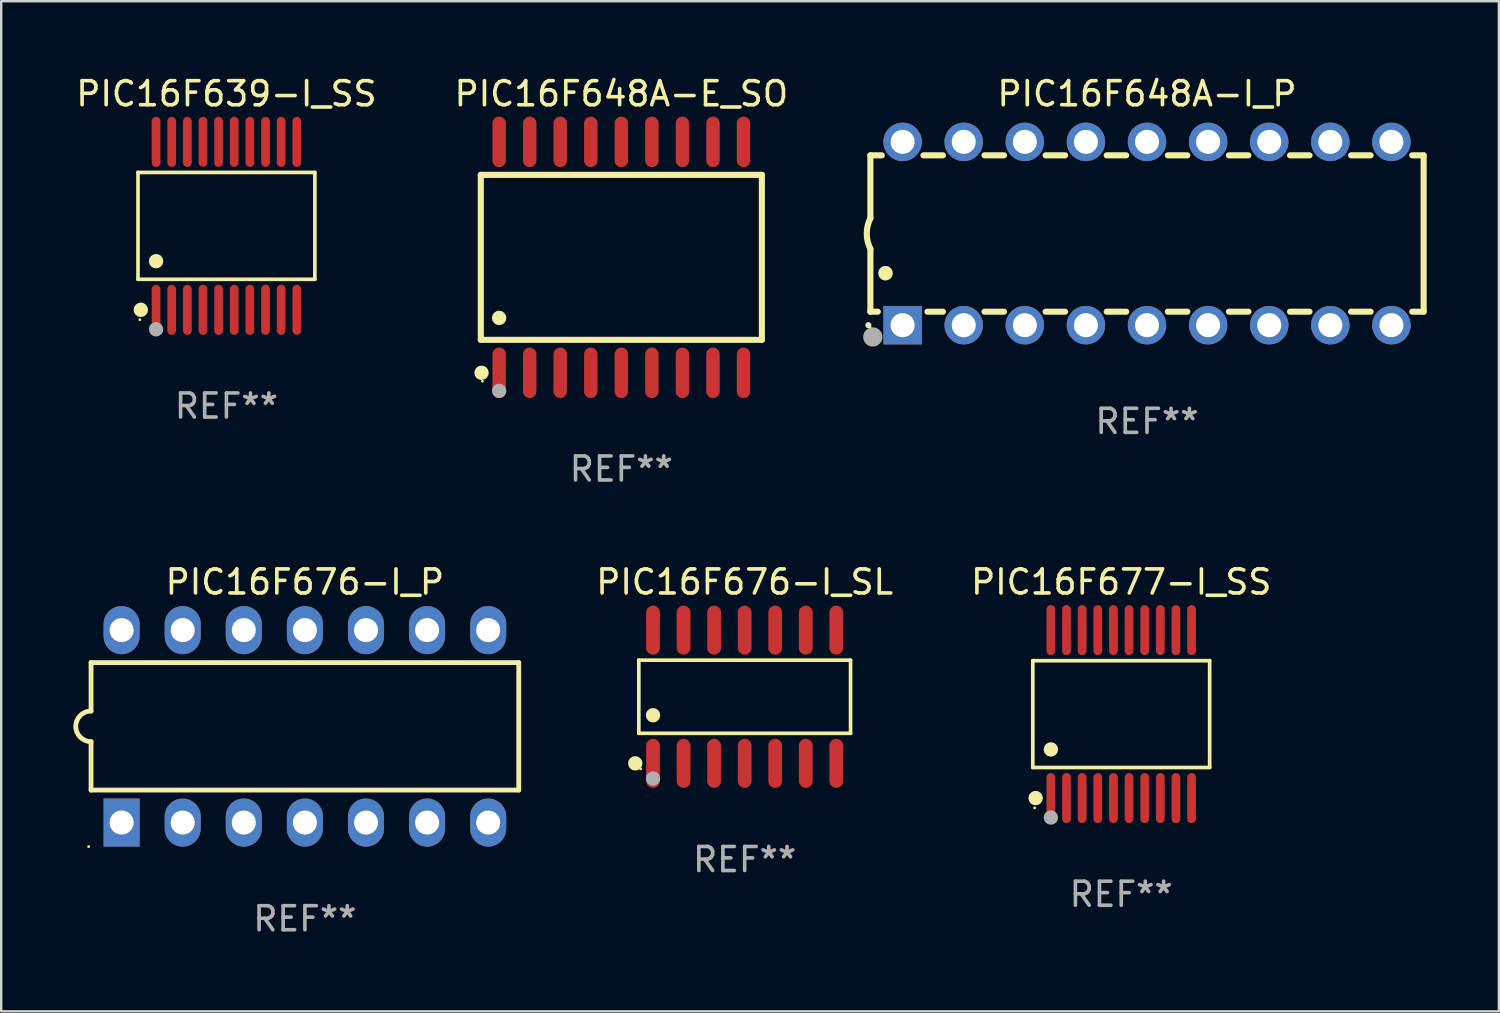
<source format=kicad_pcb>
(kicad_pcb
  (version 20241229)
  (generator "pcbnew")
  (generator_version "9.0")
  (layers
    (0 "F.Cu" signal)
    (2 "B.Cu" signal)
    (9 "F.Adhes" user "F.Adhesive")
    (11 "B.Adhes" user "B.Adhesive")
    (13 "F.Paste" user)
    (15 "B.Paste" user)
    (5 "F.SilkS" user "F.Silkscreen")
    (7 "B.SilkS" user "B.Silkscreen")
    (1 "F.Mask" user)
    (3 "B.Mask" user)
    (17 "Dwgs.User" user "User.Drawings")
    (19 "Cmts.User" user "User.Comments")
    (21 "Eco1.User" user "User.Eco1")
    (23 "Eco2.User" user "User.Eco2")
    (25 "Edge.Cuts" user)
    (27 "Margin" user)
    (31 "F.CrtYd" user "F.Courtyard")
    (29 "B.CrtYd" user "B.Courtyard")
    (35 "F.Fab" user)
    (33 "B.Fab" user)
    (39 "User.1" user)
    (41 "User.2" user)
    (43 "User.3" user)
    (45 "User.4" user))
  (footprint "PIC16F648A-E_SO"
    (layer "F.Cu")
    (at 22.78 7.648)
    (property "Reference" "PIC16F648A-E_SO" (at 0 -6.8 0) (layer "F.SilkS") (effects (font (size 1 1) (thickness 0.15))))
    (attr through_hole)
    (fp_line (start -5.842 -3.429) (end -5.842 3.429) (stroke (width 0.254) (type solid)) (layer "F.SilkS"))
    (fp_line (start -5.842 3.429) (end 5.842 3.429) (stroke (width 0.254) (type solid)) (layer "F.SilkS"))
    (fp_line (start 5.842 -3.429) (end -5.842 -3.429) (stroke (width 0.254) (type solid)) (layer "F.SilkS"))
    (fp_line (start 5.842 3.429) (end 5.842 -3.429) (stroke (width 0.254) (type solid)) (layer "F.SilkS"))
    (fp_circle (center -5.812 4.8) (end -5.662 4.8) (stroke (width 0.3) (type solid)) (fill no) (layer "F.SilkS"))
    (fp_circle (center -5.775 5.15) (end -5.745 5.15) (stroke (width 0.06) (type solid)) (fill no) (layer "F.SilkS"))
    (fp_circle (center -5.08 2.519) (end -4.93 2.519) (stroke (width 0.3) (type solid)) (fill no) (layer "F.SilkS"))
    (fp_circle (center -5.08 5.55) (end -4.93 5.55) (stroke (width 0.3) (type solid)) (fill no) (layer "F.Fab"))
    (fp_text user "REF**" (at 0 8.8 0) (layer "F.Fab") (effects (font (size 1 1) (thickness 0.15))))
    (pad "1" smd oval (at -5.08 4.8) (size 0.56 2.1) (layers "F.Cu" "F.Mask" "F.Paste"))
    (pad "2" smd oval (at -3.81 4.8) (size 0.56 2.1) (layers "F.Cu" "F.Mask" "F.Paste"))
    (pad "3" smd oval (at -2.54 4.8) (size 0.56 2.1) (layers "F.Cu" "F.Mask" "F.Paste"))
    (pad "4" smd oval (at -1.27 4.8) (size 0.56 2.1) (layers "F.Cu" "F.Mask" "F.Paste"))
    (pad "5" smd oval (at 0 4.8) (size 0.56 2.1) (layers "F.Cu" "F.Mask" "F.Paste"))
    (pad "6" smd oval (at 1.27 4.8) (size 0.56 2.1) (layers "F.Cu" "F.Mask" "F.Paste"))
    (pad "7" smd oval (at 2.54 4.8) (size 0.56 2.1) (layers "F.Cu" "F.Mask" "F.Paste"))
    (pad "8" smd oval (at 3.81 4.8) (size 0.56 2.1) (layers "F.Cu" "F.Mask" "F.Paste"))
    (pad "9" smd oval (at 5.08 4.8) (size 0.56 2.1) (layers "F.Cu" "F.Mask" "F.Paste"))
    (pad "10" smd oval (at 5.08 -4.8) (size 0.56 2.1) (layers "F.Cu" "F.Mask" "F.Paste"))
    (pad "11" smd oval (at 3.81 -4.8) (size 0.56 2.1) (layers "F.Cu" "F.Mask" "F.Paste"))
    (pad "12" smd oval (at 2.54 -4.8) (size 0.56 2.1) (layers "F.Cu" "F.Mask" "F.Paste"))
    (pad "13" smd oval (at 1.27 -4.8) (size 0.56 2.1) (layers "F.Cu" "F.Mask" "F.Paste"))
    (pad "14" smd oval (at 0 -4.8) (size 0.56 2.1) (layers "F.Cu" "F.Mask" "F.Paste"))
    (pad "15" smd oval (at -1.27 -4.8) (size 0.56 2.1) (layers "F.Cu" "F.Mask" "F.Paste"))
    (pad "16" smd oval (at -2.54 -4.8) (size 0.56 2.1) (layers "F.Cu" "F.Mask" "F.Paste"))
    (pad "17" smd oval (at -3.81 -4.8) (size 0.56 2.1) (layers "F.Cu" "F.Mask" "F.Paste"))
    (pad "18" smd oval (at -5.08 -4.8) (size 0.56 2.1) (layers "F.Cu" "F.Mask" "F.Paste")))
  (footprint "PIC16F676-I_SL"
    (layer "F.Cu")
    (at 27.907 25.914)
    (property "Reference" "PIC16F676-I_SL" (at 0 -4.769 0) (layer "F.SilkS") (effects (font (size 1 1) (thickness 0.15))))
    (attr through_hole)
    (fp_line (start -4.401 -1.521) (end 4.401 -1.521) (stroke (width 0.152) (type solid)) (layer "F.SilkS"))
    (fp_line (start -4.401 1.521) (end -4.401 -1.521) (stroke (width 0.152) (type solid)) (layer "F.SilkS"))
    (fp_line (start 4.401 -1.521) (end 4.401 1.521) (stroke (width 0.152) (type solid)) (layer "F.SilkS"))
    (fp_line (start 4.401 1.521) (end -4.401 1.521) (stroke (width 0.152) (type solid)) (layer "F.SilkS"))
    (fp_circle (center -4.549 2.769) (end -4.399 2.769) (stroke (width 0.3) (type solid)) (fill no) (layer "F.SilkS"))
    (fp_circle (center -4.325 3) (end -4.295 3) (stroke (width 0.06) (type solid)) (fill no) (layer "F.SilkS"))
    (fp_circle (center -3.81 0.769) (end -3.66 0.769) (stroke (width 0.3) (type solid)) (fill no) (layer "F.SilkS"))
    (fp_circle (center -3.81 3.4) (end -3.66 3.4) (stroke (width 0.3) (type solid)) (fill no) (layer "F.Fab"))
    (fp_text user "REF**" (at 0 6.769 0) (layer "F.Fab") (effects (font (size 1 1) (thickness 0.15))))
    (pad "1" smd oval (at -3.81 2.769) (size 0.574 2.038) (layers "F.Cu" "F.Mask" "F.Paste"))
    (pad "2" smd oval (at -2.54 2.769) (size 0.574 2.038) (layers "F.Cu" "F.Mask" "F.Paste"))
    (pad "3" smd oval (at -1.27 2.769) (size 0.574 2.038) (layers "F.Cu" "F.Mask" "F.Paste"))
    (pad "4" smd oval (at 0 2.769) (size 0.574 2.038) (layers "F.Cu" "F.Mask" "F.Paste"))
    (pad "5" smd oval (at 1.27 2.769) (size 0.574 2.038) (layers "F.Cu" "F.Mask" "F.Paste"))
    (pad "6" smd oval (at 2.54 2.769) (size 0.574 2.038) (layers "F.Cu" "F.Mask" "F.Paste"))
    (pad "7" smd oval (at 3.81 2.769) (size 0.574 2.038) (layers "F.Cu" "F.Mask" "F.Paste"))
    (pad "8" smd oval (at 3.81 -2.769) (size 0.574 2.038) (layers "F.Cu" "F.Mask" "F.Paste"))
    (pad "9" smd oval (at 2.54 -2.769) (size 0.574 2.038) (layers "F.Cu" "F.Mask" "F.Paste"))
    (pad "10" smd oval (at 1.27 -2.769) (size 0.574 2.038) (layers "F.Cu" "F.Mask" "F.Paste"))
    (pad "11" smd oval (at 0 -2.769) (size 0.574 2.038) (layers "F.Cu" "F.Mask" "F.Paste"))
    (pad "12" smd oval (at -1.27 -2.769) (size 0.574 2.038) (layers "F.Cu" "F.Mask" "F.Paste"))
    (pad "13" smd oval (at -2.54 -2.769) (size 0.574 2.038) (layers "F.Cu" "F.Mask" "F.Paste"))
    (pad "14" smd oval (at -3.81 -2.769) (size 0.574 2.038) (layers "F.Cu" "F.Mask" "F.Paste")))
  (footprint "PIC16F676-I_P"
    (layer "F.Cu")
    (at 9.625 27.145)
    (property "Reference" "PIC16F676-I_P" (at 0 -6 0) (layer "F.SilkS") (effects (font (size 1 1) (thickness 0.15))))
    (attr through_hole)
    (fp_line (start -8.89 -2.65) (end -8.89 -0.635) (stroke (width 0.2) (type solid)) (layer "F.SilkS"))
    (fp_line (start -8.89 0.635) (end -8.89 2.65) (stroke (width 0.2) (type solid)) (layer "F.SilkS"))
    (fp_line (start -8.89 2.65) (end 8.89 2.65) (stroke (width 0.2) (type solid)) (layer "F.SilkS"))
    (fp_line (start 8.89 -2.65) (end -8.89 -2.65) (stroke (width 0.2) (type solid)) (layer "F.SilkS"))
    (fp_line (start 8.89 2.65) (end 8.89 -2.65) (stroke (width 0.2) (type solid)) (layer "F.SilkS"))
    (fp_arc (start -8.890018 0.635001) (mid -9.525019 0) (end -8.890018 -0.635001) (stroke (width 0.2) (type solid)) (layer "F.SilkS"))
    (fp_circle (center -8.99 5) (end -8.96 5) (stroke (width 0.06) (type solid)) (fill no) (layer "F.SilkS"))
    (fp_text user "REF**" (at 0 8 0) (layer "F.Fab") (effects (font (size 1 1) (thickness 0.15))))
    (pad "1" thru_hole rect (at -7.62 4 90) (size 2 1.5) (drill 1) (layers "*.Cu" "*.Mask"))
    (pad "2" thru_hole oval (at -5.08 4 90) (size 2 1.5) (drill 1) (layers "*.Cu" "*.Mask"))
    (pad "3" thru_hole oval (at -2.54 4 90) (size 2 1.5) (drill 1) (layers "*.Cu" "*.Mask"))
    (pad "4" thru_hole oval (at 0 4 90) (size 2 1.5) (drill 1) (layers "*.Cu" "*.Mask"))
    (pad "5" thru_hole oval (at 2.54 4 90) (size 2 1.5) (drill 1) (layers "*.Cu" "*.Mask"))
    (pad "6" thru_hole oval (at 5.08 4 90) (size 2 1.5) (drill 1) (layers "*.Cu" "*.Mask"))
    (pad "7" thru_hole oval (at 7.62 4 90) (size 2 1.5) (drill 1) (layers "*.Cu" "*.Mask"))
    (pad "8" thru_hole oval (at 7.62 -4 90) (size 2 1.5) (drill 1) (layers "*.Cu" "*.Mask"))
    (pad "9" thru_hole oval (at 5.08 -4 90) (size 2 1.5) (drill 1) (layers "*.Cu" "*.Mask"))
    (pad "10" thru_hole oval (at 2.54 -4 90) (size 2 1.5) (drill 1) (layers "*.Cu" "*.Mask"))
    (pad "11" thru_hole oval (at 0 -4 90) (size 2 1.5) (drill 1) (layers "*.Cu" "*.Mask"))
    (pad "12" thru_hole oval (at -2.54 -4 90) (size 2 1.5) (drill 1) (layers "*.Cu" "*.Mask"))
    (pad "13" thru_hole oval (at -5.08 -4 90) (size 2 1.5) (drill 1) (layers "*.Cu" "*.Mask"))
    (pad "14" thru_hole oval (at -7.62 -4 90) (size 2 1.5) (drill 1) (layers "*.Cu" "*.Mask")))
  (footprint "PIC16F639-I_SS"
    (layer "F.Cu")
    (at 6.363 6.339)
    (property "Reference" "PIC16F639-I_SS" (at 0 -5.491 0) (layer "F.SilkS") (effects (font (size 1 1) (thickness 0.15))))
    (attr through_hole)
    (fp_line (start -3.676 -2.221) (end 3.676 -2.221) (stroke (width 0.152) (type solid)) (layer "F.SilkS"))
    (fp_line (start -3.676 2.221) (end -3.676 -2.221) (stroke (width 0.152) (type solid)) (layer "F.SilkS"))
    (fp_line (start 3.676 -2.221) (end 3.676 2.221) (stroke (width 0.152) (type solid)) (layer "F.SilkS"))
    (fp_line (start 3.676 2.221) (end -3.676 2.221) (stroke (width 0.152) (type solid)) (layer "F.SilkS"))
    (fp_circle (center -3.6 3.9) (end -3.57 3.9) (stroke (width 0.06) (type solid)) (fill no) (layer "F.SilkS"))
    (fp_circle (center -3.559 3.491) (end -3.409 3.491) (stroke (width 0.3) (type solid)) (fill no) (layer "F.SilkS"))
    (fp_circle (center -2.925 1.469) (end -2.775 1.469) (stroke (width 0.3) (type solid)) (fill no) (layer "F.SilkS"))
    (fp_circle (center -2.925 4.3) (end -2.775 4.3) (stroke (width 0.3) (type solid)) (fill no) (layer "F.Fab"))
    (fp_text user "REF**" (at 0 7.491 0) (layer "F.Fab") (effects (font (size 1 1) (thickness 0.15))))
    (pad "1" smd oval (at -2.925 3.491) (size 0.364 2.082) (layers "F.Cu" "F.Mask" "F.Paste"))
    (pad "2" smd oval (at -2.275 3.491) (size 0.364 2.082) (layers "F.Cu" "F.Mask" "F.Paste"))
    (pad "3" smd oval (at -1.625 3.491) (size 0.364 2.082) (layers "F.Cu" "F.Mask" "F.Paste"))
    (pad "4" smd oval (at -0.975 3.491) (size 0.364 2.082) (layers "F.Cu" "F.Mask" "F.Paste"))
    (pad "5" smd oval (at -0.325 3.491) (size 0.364 2.082) (layers "F.Cu" "F.Mask" "F.Paste"))
    (pad "6" smd oval (at 0.325 3.491) (size 0.364 2.082) (layers "F.Cu" "F.Mask" "F.Paste"))
    (pad "7" smd oval (at 0.975 3.491) (size 0.364 2.082) (layers "F.Cu" "F.Mask" "F.Paste"))
    (pad "8" smd oval (at 1.625 3.491) (size 0.364 2.082) (layers "F.Cu" "F.Mask" "F.Paste"))
    (pad "9" smd oval (at 2.275 3.491) (size 0.364 2.082) (layers "F.Cu" "F.Mask" "F.Paste"))
    (pad "10" smd oval (at 2.925 3.491) (size 0.364 2.082) (layers "F.Cu" "F.Mask" "F.Paste"))
    (pad "11" smd oval (at 2.925 -3.491) (size 0.364 2.082) (layers "F.Cu" "F.Mask" "F.Paste"))
    (pad "12" smd oval (at 2.275 -3.491) (size 0.364 2.082) (layers "F.Cu" "F.Mask" "F.Paste"))
    (pad "13" smd oval (at 1.625 -3.491) (size 0.364 2.082) (layers "F.Cu" "F.Mask" "F.Paste"))
    (pad "14" smd oval (at 0.975 -3.491) (size 0.364 2.082) (layers "F.Cu" "F.Mask" "F.Paste"))
    (pad "15" smd oval (at 0.325 -3.491) (size 0.364 2.082) (layers "F.Cu" "F.Mask" "F.Paste"))
    (pad "16" smd oval (at -0.325 -3.491) (size 0.364 2.082) (layers "F.Cu" "F.Mask" "F.Paste"))
    (pad "17" smd oval (at -0.975 -3.491) (size 0.364 2.082) (layers "F.Cu" "F.Mask" "F.Paste"))
    (pad "18" smd oval (at -1.625 -3.491) (size 0.364 2.082) (layers "F.Cu" "F.Mask" "F.Paste"))
    (pad "19" smd oval (at -2.275 -3.491) (size 0.364 2.082) (layers "F.Cu" "F.Mask" "F.Paste"))
    (pad "20" smd oval (at -2.925 -3.491) (size 0.364 2.082) (layers "F.Cu" "F.Mask" "F.Paste")))
  (footprint "PIC16F648A-I_P"
    (layer "F.Cu")
    (at 44.633 6.658)
    (property "Reference" "PIC16F648A-I_P" (at 0 -5.81 0) (layer "F.SilkS") (effects (font (size 1 1) (thickness 0.15))))
    (attr through_hole)
    (fp_line (start -11.5 -3.25) (end -11.5 -0.635) (stroke (width 0.254) (type solid)) (layer "F.SilkS"))
    (fp_line (start -11.5 3.25) (end -11.5 0.635) (stroke (width 0.254) (type solid)) (layer "F.SilkS"))
    (fp_line (start -11.5 3.25) (end -11.191 3.25) (stroke (width 0.254) (type solid)) (layer "F.SilkS"))
    (fp_line (start -11.025 -3.25) (end -11.5 -3.25) (stroke (width 0.254) (type solid)) (layer "F.SilkS"))
    (fp_line (start -9.129 3.25) (end -8.485 3.25) (stroke (width 0.254) (type solid)) (layer "F.SilkS"))
    (fp_line (start -8.485 -3.25) (end -9.295 -3.25) (stroke (width 0.254) (type solid)) (layer "F.SilkS"))
    (fp_line (start -6.755 3.25) (end -5.945 3.25) (stroke (width 0.254) (type solid)) (layer "F.SilkS"))
    (fp_line (start -5.945 -3.25) (end -6.755 -3.25) (stroke (width 0.254) (type solid)) (layer "F.SilkS"))
    (fp_line (start -4.215 3.25) (end -3.405 3.25) (stroke (width 0.254) (type solid)) (layer "F.SilkS"))
    (fp_line (start -3.405 -3.25) (end -4.215 -3.25) (stroke (width 0.254) (type solid)) (layer "F.SilkS"))
    (fp_line (start -1.675 3.25) (end -0.865 3.25) (stroke (width 0.254) (type solid)) (layer "F.SilkS"))
    (fp_line (start -0.865 -3.25) (end -1.675 -3.25) (stroke (width 0.254) (type solid)) (layer "F.SilkS"))
    (fp_line (start 0.865 3.25) (end 1.675 3.25) (stroke (width 0.254) (type solid)) (layer "F.SilkS"))
    (fp_line (start 1.675 -3.25) (end 0.865 -3.25) (stroke (width 0.254) (type solid)) (layer "F.SilkS"))
    (fp_line (start 3.405 3.25) (end 4.215 3.25) (stroke (width 0.254) (type solid)) (layer "F.SilkS"))
    (fp_line (start 4.215 -3.25) (end 3.405 -3.25) (stroke (width 0.254) (type solid)) (layer "F.SilkS"))
    (fp_line (start 5.945 3.25) (end 6.755 3.25) (stroke (width 0.254) (type solid)) (layer "F.SilkS"))
    (fp_line (start 6.755 -3.25) (end 5.945 -3.25) (stroke (width 0.254) (type solid)) (layer "F.SilkS"))
    (fp_line (start 8.485 3.25) (end 9.295 3.25) (stroke (width 0.254) (type solid)) (layer "F.SilkS"))
    (fp_line (start 9.295 -3.25) (end 8.485 -3.25) (stroke (width 0.254) (type solid)) (layer "F.SilkS"))
    (fp_line (start 11.025 3.25) (end 11.5 3.25) (stroke (width 0.254) (type solid)) (layer "F.SilkS"))
    (fp_line (start 11.5 -3.25) (end 11.025 -3.25) (stroke (width 0.254) (type solid)) (layer "F.SilkS"))
    (fp_line (start 11.5 -3.25) (end 11.5 3.25) (stroke (width 0.254) (type solid)) (layer "F.SilkS"))
    (fp_arc (start -11.584963 3.810008) (mid -11.58497 3.808738) (end -11.584963 3.807468) (stroke (width 0.25) (type solid)) (layer "F.SilkS"))
    (fp_arc (start -11.501143 0.635001) (mid -11.650665 -0.000132) (end -11.500025 -0.635001) (stroke (width 0.254001) (type solid)) (layer "F.SilkS"))
    (fp_arc (start -10.871222 1.651003) (mid -10.871233 1.648463) (end -10.871222 1.645923) (stroke (width 0.6) (type solid)) (layer "F.SilkS"))
    (fp_circle (center -11.5 3.91) (end -11.47 3.91) (stroke (width 0.06) (type solid)) (fill no) (layer "F.SilkS"))
    (fp_circle (center -11.4 4.3) (end -11.2 4.3) (stroke (width 0.4) (type solid)) (fill no) (layer "F.Fab"))
    (fp_text user "REF**" (at 0 7.81 0) (layer "F.Fab") (effects (font (size 1 1) (thickness 0.15))))
    (pad "1" thru_hole rect (at -10.16 3.81 90) (size 1.6 1.6) (drill 1) (layers "*.Cu" "*.Mask"))
    (pad "2" thru_hole circle (at -7.62 3.81 90) (size 1.6 1.6) (drill 1) (layers "*.Cu" "*.Mask"))
    (pad "3" thru_hole circle (at -5.08 3.81 90) (size 1.6 1.6) (drill 1) (layers "*.Cu" "*.Mask"))
    (pad "4" thru_hole circle (at -2.54 3.81 90) (size 1.6 1.6) (drill 1) (layers "*.Cu" "*.Mask"))
    (pad "5" thru_hole circle (at 0 3.81 90) (size 1.6 1.6) (drill 1) (layers "*.Cu" "*.Mask"))
    (pad "6" thru_hole circle (at 2.54 3.81 90) (size 1.6 1.6) (drill 1) (layers "*.Cu" "*.Mask"))
    (pad "7" thru_hole circle (at 5.08 3.81 90) (size 1.6 1.6) (drill 1) (layers "*.Cu" "*.Mask"))
    (pad "8" thru_hole circle (at 7.62 3.81 90) (size 1.6 1.6) (drill 1) (layers "*.Cu" "*.Mask"))
    (pad "9" thru_hole circle (at 10.16 3.81 90) (size 1.6 1.6) (drill 1) (layers "*.Cu" "*.Mask"))
    (pad "10" thru_hole circle (at 10.16 -3.81 90) (size 1.6 1.6) (drill 1) (layers "*.Cu" "*.Mask"))
    (pad "11" thru_hole circle (at 7.62 -3.81 90) (size 1.6 1.6) (drill 1) (layers "*.Cu" "*.Mask"))
    (pad "12" thru_hole circle (at 5.08 -3.81 90) (size 1.6 1.6) (drill 1) (layers "*.Cu" "*.Mask"))
    (pad "13" thru_hole circle (at 2.54 -3.81 90) (size 1.6 1.6) (drill 1) (layers "*.Cu" "*.Mask"))
    (pad "14" thru_hole circle (at 0 -3.81 90) (size 1.6 1.6) (drill 1) (layers "*.Cu" "*.Mask"))
    (pad "15" thru_hole circle (at -2.54 -3.81 90) (size 1.6 1.6) (drill 1) (layers "*.Cu" "*.Mask"))
    (pad "16" thru_hole circle (at -5.08 -3.81 90) (size 1.6 1.6) (drill 1) (layers "*.Cu" "*.Mask"))
    (pad "17" thru_hole circle (at -7.62 -3.81 90) (size 1.6 1.6) (drill 1) (layers "*.Cu" "*.Mask"))
    (pad "18" thru_hole circle (at -10.16 -3.81 90) (size 1.6 1.6) (drill 1) (layers "*.Cu" "*.Mask")))
  (footprint "PIC16F677-I_SS"
    (layer "F.Cu")
    (at 43.561 26.636)
    (property "Reference" "PIC16F677-I_SS" (at 0 -5.491 0) (layer "F.SilkS") (effects (font (size 1 1) (thickness 0.15))))
    (attr through_hole)
    (fp_line (start -3.676 -2.221) (end 3.676 -2.221) (stroke (width 0.152) (type solid)) (layer "F.SilkS"))
    (fp_line (start -3.676 2.221) (end -3.676 -2.221) (stroke (width 0.152) (type solid)) (layer "F.SilkS"))
    (fp_line (start 3.676 -2.221) (end 3.676 2.221) (stroke (width 0.152) (type solid)) (layer "F.SilkS"))
    (fp_line (start 3.676 2.221) (end -3.676 2.221) (stroke (width 0.152) (type solid)) (layer "F.SilkS"))
    (fp_circle (center -3.6 3.9) (end -3.57 3.9) (stroke (width 0.06) (type solid)) (fill no) (layer "F.SilkS"))
    (fp_circle (center -3.559 3.491) (end -3.409 3.491) (stroke (width 0.3) (type solid)) (fill no) (layer "F.SilkS"))
    (fp_circle (center -2.925 1.469) (end -2.775 1.469) (stroke (width 0.3) (type solid)) (fill no) (layer "F.SilkS"))
    (fp_circle (center -2.925 4.3) (end -2.775 4.3) (stroke (width 0.3) (type solid)) (fill no) (layer "F.Fab"))
    (fp_text user "REF**" (at 0 7.491 0) (layer "F.Fab") (effects (font (size 1 1) (thickness 0.15))))
    (pad "1" smd oval (at -2.925 3.491) (size 0.364 2.082) (layers "F.Cu" "F.Mask" "F.Paste"))
    (pad "2" smd oval (at -2.275 3.491) (size 0.364 2.082) (layers "F.Cu" "F.Mask" "F.Paste"))
    (pad "3" smd oval (at -1.625 3.491) (size 0.364 2.082) (layers "F.Cu" "F.Mask" "F.Paste"))
    (pad "4" smd oval (at -0.975 3.491) (size 0.364 2.082) (layers "F.Cu" "F.Mask" "F.Paste"))
    (pad "5" smd oval (at -0.325 3.491) (size 0.364 2.082) (layers "F.Cu" "F.Mask" "F.Paste"))
    (pad "6" smd oval (at 0.325 3.491) (size 0.364 2.082) (layers "F.Cu" "F.Mask" "F.Paste"))
    (pad "7" smd oval (at 0.975 3.491) (size 0.364 2.082) (layers "F.Cu" "F.Mask" "F.Paste"))
    (pad "8" smd oval (at 1.625 3.491) (size 0.364 2.082) (layers "F.Cu" "F.Mask" "F.Paste"))
    (pad "9" smd oval (at 2.275 3.491) (size 0.364 2.082) (layers "F.Cu" "F.Mask" "F.Paste"))
    (pad "10" smd oval (at 2.925 3.491) (size 0.364 2.082) (layers "F.Cu" "F.Mask" "F.Paste"))
    (pad "11" smd oval (at 2.925 -3.491) (size 0.364 2.082) (layers "F.Cu" "F.Mask" "F.Paste"))
    (pad "12" smd oval (at 2.275 -3.491) (size 0.364 2.082) (layers "F.Cu" "F.Mask" "F.Paste"))
    (pad "13" smd oval (at 1.625 -3.491) (size 0.364 2.082) (layers "F.Cu" "F.Mask" "F.Paste"))
    (pad "14" smd oval (at 0.975 -3.491) (size 0.364 2.082) (layers "F.Cu" "F.Mask" "F.Paste"))
    (pad "15" smd oval (at 0.325 -3.491) (size 0.364 2.082) (layers "F.Cu" "F.Mask" "F.Paste"))
    (pad "16" smd oval (at -0.325 -3.491) (size 0.364 2.082) (layers "F.Cu" "F.Mask" "F.Paste"))
    (pad "17" smd oval (at -0.975 -3.491) (size 0.364 2.082) (layers "F.Cu" "F.Mask" "F.Paste"))
    (pad "18" smd oval (at -1.625 -3.491) (size 0.364 2.082) (layers "F.Cu" "F.Mask" "F.Paste"))
    (pad "19" smd oval (at -2.275 -3.491) (size 0.364 2.082) (layers "F.Cu" "F.Mask" "F.Paste"))
    (pad "20" smd oval (at -2.925 -3.491) (size 0.364 2.082) (layers "F.Cu" "F.Mask" "F.Paste")))
  (gr_rect
    (start -3 -3)
    (end 59.26 38.993)
    (stroke (width 0.1) (type default))
    (fill no)
    (layer "Edge.Cuts")))
</source>
